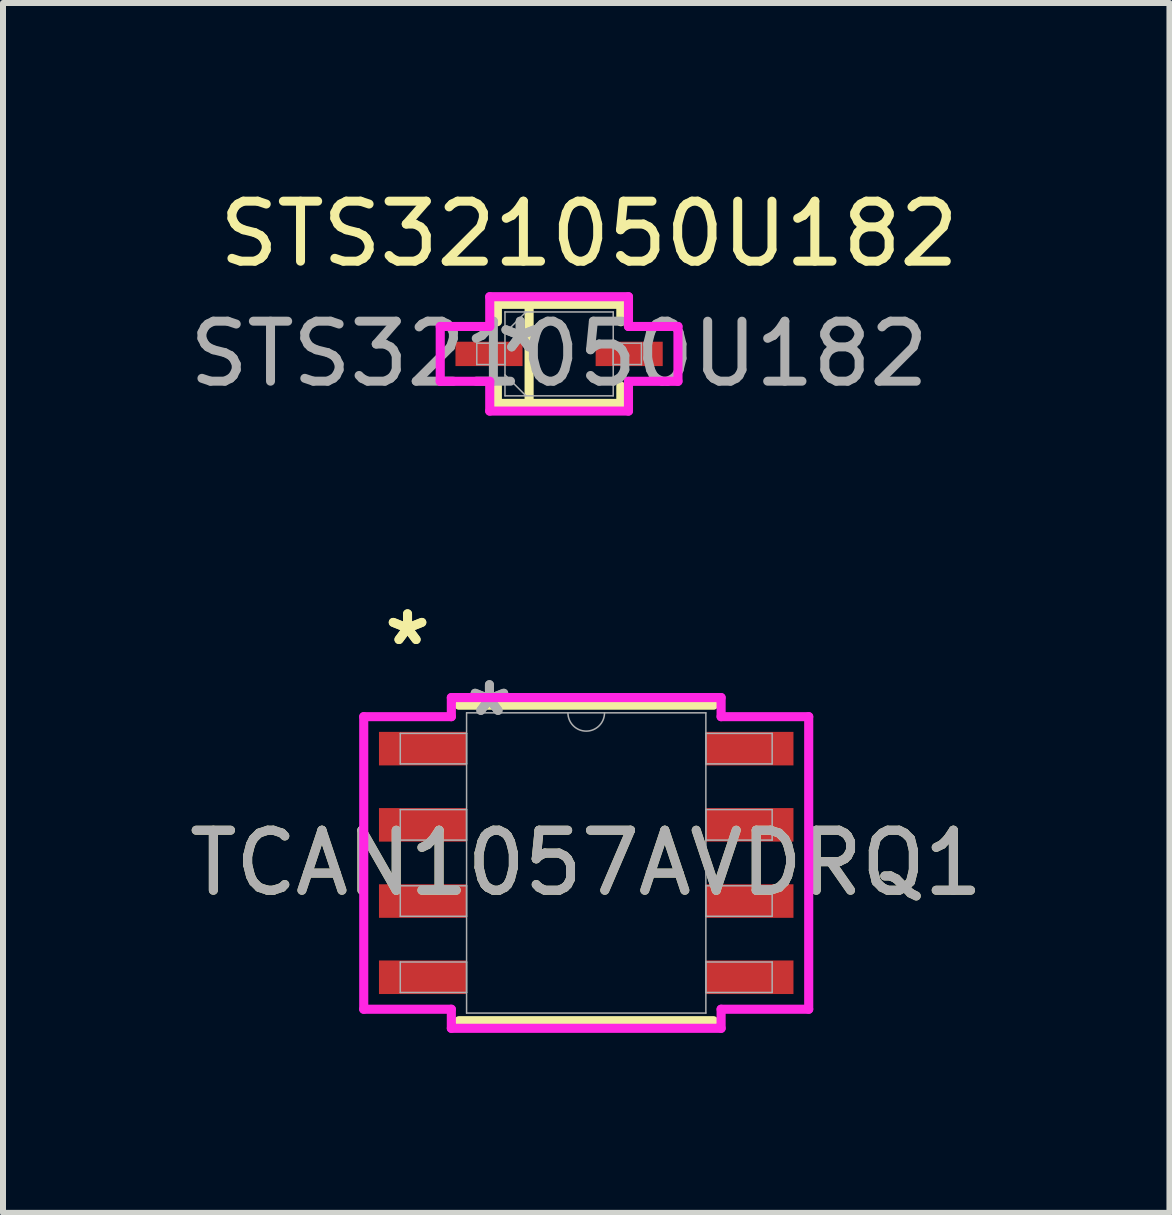
<source format=kicad_pcb>
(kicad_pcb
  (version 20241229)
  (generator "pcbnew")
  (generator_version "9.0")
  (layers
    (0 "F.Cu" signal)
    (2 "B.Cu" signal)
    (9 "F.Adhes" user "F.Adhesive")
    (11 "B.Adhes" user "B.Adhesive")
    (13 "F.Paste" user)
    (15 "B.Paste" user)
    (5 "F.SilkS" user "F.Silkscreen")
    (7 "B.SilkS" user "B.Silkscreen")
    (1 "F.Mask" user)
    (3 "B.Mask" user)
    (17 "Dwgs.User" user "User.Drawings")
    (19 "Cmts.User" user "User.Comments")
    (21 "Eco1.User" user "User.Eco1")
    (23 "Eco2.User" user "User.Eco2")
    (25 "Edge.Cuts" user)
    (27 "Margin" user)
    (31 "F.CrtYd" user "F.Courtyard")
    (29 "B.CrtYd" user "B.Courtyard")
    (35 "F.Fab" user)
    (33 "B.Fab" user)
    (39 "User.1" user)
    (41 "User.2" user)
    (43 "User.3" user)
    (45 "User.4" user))
  (footprint "STS321050U182"
    (layer "F.Cu")
    (at 6.268 2.848)
    (property "Reference" "STS321050U182" (at 0.5 -2 0) (unlocked yes) (layer "F.SilkS") (effects (font (size 1 1) (thickness 0.15))))
    (attr smd)
    (fp_line (start -1.029 -0.826) (end -1.029 -0.536) (stroke (width 0.152) (type solid)) (layer "F.SilkS"))
    (fp_line (start -1.029 0.536) (end -1.029 0.826) (stroke (width 0.152) (type solid)) (layer "F.SilkS"))
    (fp_line (start -1.029 0.826) (end 1.029 0.826) (stroke (width 0.152) (type solid)) (layer "F.SilkS"))
    (fp_line (start -0.5 -0.813) (end -0.5 0.813) (stroke (width 0.152) (type solid)) (layer "F.SilkS"))
    (fp_line (start 1.029 -0.826) (end -1.029 -0.826) (stroke (width 0.152) (type solid)) (layer "F.SilkS"))
    (fp_line (start 1.029 -0.536) (end 1.029 -0.826) (stroke (width 0.152) (type solid)) (layer "F.SilkS"))
    (fp_line (start 1.029 0.826) (end 1.029 0.536) (stroke (width 0.152) (type solid)) (layer "F.SilkS"))
    (fp_line (start -1.981 -0.457) (end -1.156 -0.457) (stroke (width 0.152) (type solid)) (layer "F.CrtYd"))
    (fp_line (start -1.981 0.457) (end -1.981 -0.457) (stroke (width 0.152) (type solid)) (layer "F.CrtYd"))
    (fp_line (start -1.156 -0.953) (end 1.156 -0.953) (stroke (width 0.152) (type solid)) (layer "F.CrtYd"))
    (fp_line (start -1.156 -0.457) (end -1.156 -0.953) (stroke (width 0.152) (type solid)) (layer "F.CrtYd"))
    (fp_line (start -1.156 0.457) (end -1.981 0.457) (stroke (width 0.152) (type solid)) (layer "F.CrtYd"))
    (fp_line (start -1.156 0.953) (end -1.156 0.457) (stroke (width 0.152) (type solid)) (layer "F.CrtYd"))
    (fp_line (start 1.156 -0.953) (end 1.156 -0.457) (stroke (width 0.152) (type solid)) (layer "F.CrtYd"))
    (fp_line (start 1.156 -0.457) (end 1.981 -0.457) (stroke (width 0.152) (type solid)) (layer "F.CrtYd"))
    (fp_line (start 1.156 0.457) (end 1.156 0.953) (stroke (width 0.152) (type solid)) (layer "F.CrtYd"))
    (fp_line (start 1.156 0.953) (end -1.156 0.953) (stroke (width 0.152) (type solid)) (layer "F.CrtYd"))
    (fp_line (start 1.981 -0.457) (end 1.981 0.457) (stroke (width 0.152) (type solid)) (layer "F.CrtYd"))
    (fp_line (start 1.981 0.457) (end 1.156 0.457) (stroke (width 0.152) (type solid)) (layer "F.CrtYd"))
    (fp_line (start -1.372 -0.178) (end -1.372 0.178) (stroke (width 0.025) (type solid)) (layer "F.Fab"))
    (fp_line (start -1.372 0.178) (end -0.902 0.178) (stroke (width 0.025) (type solid)) (layer "F.Fab"))
    (fp_line (start -0.902 -0.699) (end -0.902 0.699) (stroke (width 0.025) (type solid)) (layer "F.Fab"))
    (fp_line (start -0.902 -0.349) (end -0.552 -0.699) (stroke (width 0.025) (type solid)) (layer "F.Fab"))
    (fp_line (start -0.902 -0.178) (end -1.372 -0.178) (stroke (width 0.025) (type solid)) (layer "F.Fab"))
    (fp_line (start -0.902 0.178) (end -0.902 -0.178) (stroke (width 0.025) (type solid)) (layer "F.Fab"))
    (fp_line (start -0.902 0.349) (end -0.552 0.699) (stroke (width 0.025) (type solid)) (layer "F.Fab"))
    (fp_line (start -0.902 0.699) (end 0.902 0.699) (stroke (width 0.025) (type solid)) (layer "F.Fab"))
    (fp_line (start 0.902 -0.699) (end -0.902 -0.699) (stroke (width 0.025) (type solid)) (layer "F.Fab"))
    (fp_line (start 0.902 -0.178) (end 0.902 0.178) (stroke (width 0.025) (type solid)) (layer "F.Fab"))
    (fp_line (start 0.902 0.178) (end 1.372 0.178) (stroke (width 0.025) (type solid)) (layer "F.Fab"))
    (fp_line (start 0.902 0.699) (end 0.902 -0.699) (stroke (width 0.025) (type solid)) (layer "F.Fab"))
    (fp_line (start 1.372 -0.178) (end 0.902 -0.178) (stroke (width 0.025) (type solid)) (layer "F.Fab"))
    (fp_line (start 1.372 0.178) (end 1.372 -0.178) (stroke (width 0.025) (type solid)) (layer "F.Fab"))
    (fp_text user "${REFERENCE}" (at 0 0 0) (unlocked yes) (layer "F.Fab") (effects (font (size 1 1) (thickness 0.15))))
    (fp_text user "*" (at -0.648 0 0) (layer "F.Fab") (effects (font (size 1 1) (thickness 0.15))))
    (fp_text user "*" (at -0.648 0 0) (unlocked yes) (layer "F.Fab") (effects (font (size 1 1) (thickness 0.15))))
    (pad "1" smd rect (at -1.168 0) (size 1.118 0.406) (layers "F.Cu" "F.Mask" "F.Paste"))
    (pad "2" smd rect (at 1.168 0) (size 1.118 0.406) (layers "F.Cu" "F.Mask" "F.Paste")))
  (footprint "TCAN1057AVDRQ1"
    (layer "F.Cu")
    (at 6.72 11.332)
    (property "Reference" "TCAN1057AVDRQ1" (at 0 0 0) (unlocked yes) (layer "F.SilkS") (effects (font (size 1 1) (thickness 0.15))))
    (attr smd)
    (fp_line (start -2.121 2.629) (end 2.121 2.629) (stroke (width 0.152) (type solid)) (layer "F.SilkS"))
    (fp_line (start 2.121 -2.629) (end -2.121 -2.629) (stroke (width 0.152) (type solid)) (layer "F.SilkS"))
    (fp_line (start -3.708 -2.438) (end -2.248 -2.438) (stroke (width 0.152) (type solid)) (layer "F.CrtYd"))
    (fp_line (start -3.708 2.438) (end -3.708 -2.438) (stroke (width 0.152) (type solid)) (layer "F.CrtYd"))
    (fp_line (start -3.708 2.438) (end -2.248 2.438) (stroke (width 0.152) (type solid)) (layer "F.CrtYd"))
    (fp_line (start -2.248 -2.756) (end 2.248 -2.756) (stroke (width 0.152) (type solid)) (layer "F.CrtYd"))
    (fp_line (start -2.248 -2.438) (end -2.248 -2.756) (stroke (width 0.152) (type solid)) (layer "F.CrtYd"))
    (fp_line (start -2.248 2.756) (end -2.248 2.438) (stroke (width 0.152) (type solid)) (layer "F.CrtYd"))
    (fp_line (start 2.248 -2.756) (end 2.248 -2.438) (stroke (width 0.152) (type solid)) (layer "F.CrtYd"))
    (fp_line (start 2.248 2.438) (end 2.248 2.756) (stroke (width 0.152) (type solid)) (layer "F.CrtYd"))
    (fp_line (start 2.248 2.756) (end -2.248 2.756) (stroke (width 0.152) (type solid)) (layer "F.CrtYd"))
    (fp_line (start 3.708 -2.438) (end 2.248 -2.438) (stroke (width 0.152) (type solid)) (layer "F.CrtYd"))
    (fp_line (start 3.708 -2.438) (end 3.708 2.438) (stroke (width 0.152) (type solid)) (layer "F.CrtYd"))
    (fp_line (start 3.708 2.438) (end 2.248 2.438) (stroke (width 0.152) (type solid)) (layer "F.CrtYd"))
    (fp_line (start -3.099 -2.159) (end -3.099 -1.651) (stroke (width 0.025) (type solid)) (layer "F.Fab"))
    (fp_line (start -3.099 -1.651) (end -1.994 -1.651) (stroke (width 0.025) (type solid)) (layer "F.Fab"))
    (fp_line (start -3.099 -0.889) (end -3.099 -0.381) (stroke (width 0.025) (type solid)) (layer "F.Fab"))
    (fp_line (start -3.099 -0.381) (end -1.994 -0.381) (stroke (width 0.025) (type solid)) (layer "F.Fab"))
    (fp_line (start -3.099 0.381) (end -3.099 0.889) (stroke (width 0.025) (type solid)) (layer "F.Fab"))
    (fp_line (start -3.099 0.889) (end -1.994 0.889) (stroke (width 0.025) (type solid)) (layer "F.Fab"))
    (fp_line (start -3.099 1.651) (end -3.099 2.159) (stroke (width 0.025) (type solid)) (layer "F.Fab"))
    (fp_line (start -3.099 2.159) (end -1.994 2.159) (stroke (width 0.025) (type solid)) (layer "F.Fab"))
    (fp_line (start -1.994 -2.502) (end -1.994 2.502) (stroke (width 0.025) (type solid)) (layer "F.Fab"))
    (fp_line (start -1.994 -2.159) (end -3.099 -2.159) (stroke (width 0.025) (type solid)) (layer "F.Fab"))
    (fp_line (start -1.994 -1.651) (end -1.994 -2.159) (stroke (width 0.025) (type solid)) (layer "F.Fab"))
    (fp_line (start -1.994 -0.889) (end -3.099 -0.889) (stroke (width 0.025) (type solid)) (layer "F.Fab"))
    (fp_line (start -1.994 -0.381) (end -1.994 -0.889) (stroke (width 0.025) (type solid)) (layer "F.Fab"))
    (fp_line (start -1.994 0.381) (end -3.099 0.381) (stroke (width 0.025) (type solid)) (layer "F.Fab"))
    (fp_line (start -1.994 0.889) (end -1.994 0.381) (stroke (width 0.025) (type solid)) (layer "F.Fab"))
    (fp_line (start -1.994 1.651) (end -3.099 1.651) (stroke (width 0.025) (type solid)) (layer "F.Fab"))
    (fp_line (start -1.994 2.159) (end -1.994 1.651) (stroke (width 0.025) (type solid)) (layer "F.Fab"))
    (fp_line (start -1.994 2.502) (end 1.994 2.502) (stroke (width 0.025) (type solid)) (layer "F.Fab"))
    (fp_line (start 1.994 -2.502) (end -1.994 -2.502) (stroke (width 0.025) (type solid)) (layer "F.Fab"))
    (fp_line (start 1.994 -2.159) (end 1.994 -1.651) (stroke (width 0.025) (type solid)) (layer "F.Fab"))
    (fp_line (start 1.994 -1.651) (end 3.099 -1.651) (stroke (width 0.025) (type solid)) (layer "F.Fab"))
    (fp_line (start 1.994 -0.889) (end 1.994 -0.381) (stroke (width 0.025) (type solid)) (layer "F.Fab"))
    (fp_line (start 1.994 -0.381) (end 3.099 -0.381) (stroke (width 0.025) (type solid)) (layer "F.Fab"))
    (fp_line (start 1.994 0.381) (end 1.994 0.889) (stroke (width 0.025) (type solid)) (layer "F.Fab"))
    (fp_line (start 1.994 0.889) (end 3.099 0.889) (stroke (width 0.025) (type solid)) (layer "F.Fab"))
    (fp_line (start 1.994 1.651) (end 1.994 2.159) (stroke (width 0.025) (type solid)) (layer "F.Fab"))
    (fp_line (start 1.994 2.159) (end 3.099 2.159) (stroke (width 0.025) (type solid)) (layer "F.Fab"))
    (fp_line (start 1.994 2.502) (end 1.994 -2.502) (stroke (width 0.025) (type solid)) (layer "F.Fab"))
    (fp_line (start 3.099 -2.159) (end 1.994 -2.159) (stroke (width 0.025) (type solid)) (layer "F.Fab"))
    (fp_line (start 3.099 -1.651) (end 3.099 -2.159) (stroke (width 0.025) (type solid)) (layer "F.Fab"))
    (fp_line (start 3.099 -0.889) (end 1.994 -0.889) (stroke (width 0.025) (type solid)) (layer "F.Fab"))
    (fp_line (start 3.099 -0.381) (end 3.099 -0.889) (stroke (width 0.025) (type solid)) (layer "F.Fab"))
    (fp_line (start 3.099 0.381) (end 1.994 0.381) (stroke (width 0.025) (type solid)) (layer "F.Fab"))
    (fp_line (start 3.099 0.889) (end 3.099 0.381) (stroke (width 0.025) (type solid)) (layer "F.Fab"))
    (fp_line (start 3.099 1.651) (end 1.994 1.651) (stroke (width 0.025) (type solid)) (layer "F.Fab"))
    (fp_line (start 3.099 2.159) (end 3.099 1.651) (stroke (width 0.025) (type solid)) (layer "F.Fab"))
    (fp_arc (start 0.3048 -2.5019) (mid 0 -2.1971) (end -0.3048 -2.5019) (stroke (width 0.0254) (type solid)) (layer "F.Fab"))
    (fp_text user "*" (at -2.978 -3.607 0) (layer "F.SilkS") (effects (font (size 1 1) (thickness 0.15))))
    (fp_text user "*" (at -2.978 -3.607 0) (unlocked yes) (layer "F.SilkS") (effects (font (size 1 1) (thickness 0.15))))
    (fp_text user "${REFERENCE}" (at 0 0 0) (unlocked yes) (layer "F.Fab") (effects (font (size 1 1) (thickness 0.15))))
    (fp_text user "*" (at -1.613 -2.426 0) (unlocked yes) (layer "F.Fab") (effects (font (size 1 1) (thickness 0.15))))
    (fp_text user "*" (at -1.613 -2.426 0) (layer "F.Fab") (effects (font (size 1 1) (thickness 0.15))))
    (pad "1" smd rect (at -2.724 -1.905) (size 1.46 0.559) (layers "F.Cu" "F.Mask" "F.Paste"))
    (pad "2" smd rect (at -2.724 -0.635) (size 1.46 0.559) (layers "F.Cu" "F.Mask" "F.Paste"))
    (pad "3" smd rect (at -2.724 0.635) (size 1.46 0.559) (layers "F.Cu" "F.Mask" "F.Paste"))
    (pad "4" smd rect (at -2.724 1.905) (size 1.46 0.559) (layers "F.Cu" "F.Mask" "F.Paste"))
    (pad "5" smd rect (at 2.724 1.905) (size 1.46 0.559) (layers "F.Cu" "F.Mask" "F.Paste"))
    (pad "6" smd rect (at 2.724 0.635) (size 1.46 0.559) (layers "F.Cu" "F.Mask" "F.Paste"))
    (pad "7" smd rect (at 2.724 -0.635) (size 1.46 0.559) (layers "F.Cu" "F.Mask" "F.Paste"))
    (pad "8" smd rect (at 2.724 -1.905) (size 1.46 0.559) (layers "F.Cu" "F.Mask" "F.Paste")))
  (gr_rect
    (start -3 -3)
    (end 16.44 17.164)
    (stroke (width 0.1) (type default))
    (fill no)
    (layer "Edge.Cuts")))
</source>
